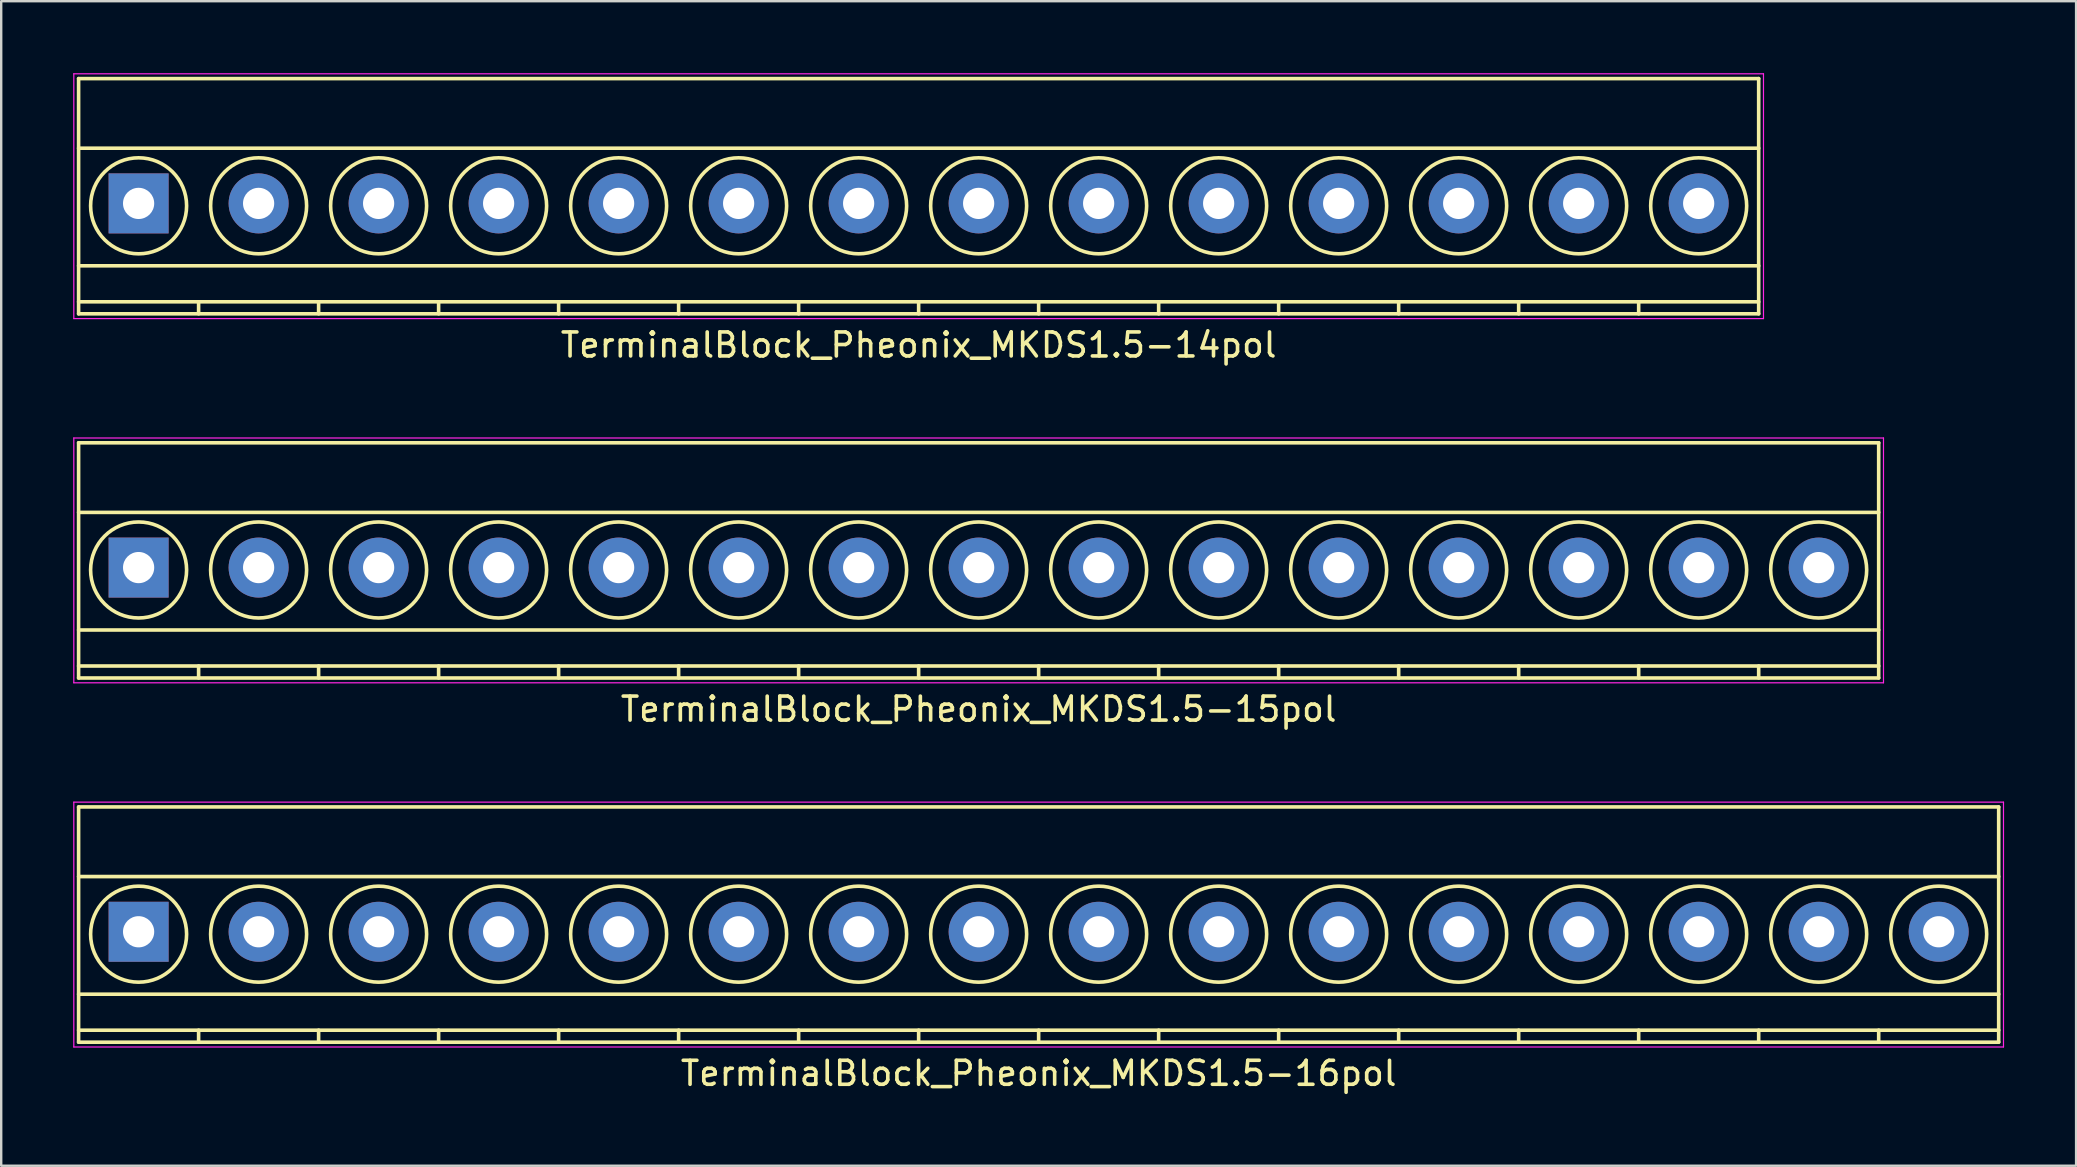
<source format=kicad_pcb>
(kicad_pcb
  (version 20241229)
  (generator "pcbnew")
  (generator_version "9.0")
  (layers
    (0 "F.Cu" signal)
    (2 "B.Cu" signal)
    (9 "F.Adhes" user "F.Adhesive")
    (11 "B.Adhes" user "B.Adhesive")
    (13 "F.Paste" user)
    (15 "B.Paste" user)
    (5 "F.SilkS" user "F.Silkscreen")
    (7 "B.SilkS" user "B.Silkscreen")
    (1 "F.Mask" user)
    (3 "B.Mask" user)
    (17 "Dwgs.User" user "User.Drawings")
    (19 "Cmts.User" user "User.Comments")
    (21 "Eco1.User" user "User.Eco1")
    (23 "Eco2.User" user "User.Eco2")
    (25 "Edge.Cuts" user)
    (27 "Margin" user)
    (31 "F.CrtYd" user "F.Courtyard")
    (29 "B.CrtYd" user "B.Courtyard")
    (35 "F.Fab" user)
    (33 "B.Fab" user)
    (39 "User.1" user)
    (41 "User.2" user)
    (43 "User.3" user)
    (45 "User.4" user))
  (footprint "TerminalBlock_Pheonix_MKDS1.5-15pol"
    (layer "F.Cu")
    (at 2.725 20.598)
    (property "Reference" "TerminalBlock_Pheonix_MKDS1.5-15pol" (at 35 5.9 0) (layer "F.SilkS") (effects (font (size 1 1) (thickness 0.15))))
    (attr through_hole)
    (fp_line (start -2.5 -5.2) (end -2.5 4.6) (stroke (width 0.15) (type solid)) (layer "F.SilkS"))
    (fp_line (start -2.5 -2.3) (end 72.5 -2.3) (stroke (width 0.15) (type solid)) (layer "F.SilkS"))
    (fp_line (start -2.5 2.6) (end 72.5 2.6) (stroke (width 0.15) (type solid)) (layer "F.SilkS"))
    (fp_line (start -2.5 4.1) (end 72.5 4.1) (stroke (width 0.15) (type solid)) (layer "F.SilkS"))
    (fp_line (start -2.5 4.6) (end 72.5 4.6) (stroke (width 0.15) (type solid)) (layer "F.SilkS"))
    (fp_line (start 2.5 4.1) (end 2.5 4.6) (stroke (width 0.15) (type solid)) (layer "F.SilkS"))
    (fp_line (start 7.5 4.1) (end 7.5 4.6) (stroke (width 0.15) (type solid)) (layer "F.SilkS"))
    (fp_line (start 12.5 4.1) (end 12.5 4.6) (stroke (width 0.15) (type solid)) (layer "F.SilkS"))
    (fp_line (start 17.5 4.1) (end 17.5 4.6) (stroke (width 0.15) (type solid)) (layer "F.SilkS"))
    (fp_line (start 22.5 4.1) (end 22.5 4.6) (stroke (width 0.15) (type solid)) (layer "F.SilkS"))
    (fp_line (start 27.5 4.1) (end 27.5 4.6) (stroke (width 0.15) (type solid)) (layer "F.SilkS"))
    (fp_line (start 32.5 4.1) (end 32.5 4.6) (stroke (width 0.15) (type solid)) (layer "F.SilkS"))
    (fp_line (start 37.5 4.1) (end 37.5 4.6) (stroke (width 0.15) (type solid)) (layer "F.SilkS"))
    (fp_line (start 42.5 4.1) (end 42.5 4.6) (stroke (width 0.15) (type solid)) (layer "F.SilkS"))
    (fp_line (start 47.5 4.1) (end 47.5 4.6) (stroke (width 0.15) (type solid)) (layer "F.SilkS"))
    (fp_line (start 52.5 4.1) (end 52.5 4.6) (stroke (width 0.15) (type solid)) (layer "F.SilkS"))
    (fp_line (start 57.5 4.1) (end 57.5 4.6) (stroke (width 0.15) (type solid)) (layer "F.SilkS"))
    (fp_line (start 62.5 4.1) (end 62.5 4.6) (stroke (width 0.15) (type solid)) (layer "F.SilkS"))
    (fp_line (start 67.5 4.1) (end 67.5 4.6) (stroke (width 0.15) (type solid)) (layer "F.SilkS"))
    (fp_line (start 72.5 -5.2) (end -2.5 -5.2) (stroke (width 0.15) (type solid)) (layer "F.SilkS"))
    (fp_line (start 72.5 4.6) (end 72.5 -5.2) (stroke (width 0.15) (type solid)) (layer "F.SilkS"))
    (fp_circle (center 0 0.1) (end 2 0.1) (stroke (width 0.15) (type solid)) (fill no) (layer "F.SilkS"))
    (fp_circle (center 5 0.1) (end 3 0.1) (stroke (width 0.15) (type solid)) (fill no) (layer "F.SilkS"))
    (fp_circle (center 10 0.1) (end 8 0.1) (stroke (width 0.15) (type solid)) (fill no) (layer "F.SilkS"))
    (fp_circle (center 15 0.1) (end 13 0.1) (stroke (width 0.15) (type solid)) (fill no) (layer "F.SilkS"))
    (fp_circle (center 20 0.1) (end 18 0.1) (stroke (width 0.15) (type solid)) (fill no) (layer "F.SilkS"))
    (fp_circle (center 25 0.1) (end 23 0.1) (stroke (width 0.15) (type solid)) (fill no) (layer "F.SilkS"))
    (fp_circle (center 30 0.1) (end 28 0.1) (stroke (width 0.15) (type solid)) (fill no) (layer "F.SilkS"))
    (fp_circle (center 35 0.1) (end 33 0.1) (stroke (width 0.15) (type solid)) (fill no) (layer "F.SilkS"))
    (fp_circle (center 40 0.1) (end 38 0.1) (stroke (width 0.15) (type solid)) (fill no) (layer "F.SilkS"))
    (fp_circle (center 45 0.1) (end 43 0.1) (stroke (width 0.15) (type solid)) (fill no) (layer "F.SilkS"))
    (fp_circle (center 50 0.1) (end 48 0.1) (stroke (width 0.15) (type solid)) (fill no) (layer "F.SilkS"))
    (fp_circle (center 55 0.1) (end 53 0.1) (stroke (width 0.15) (type solid)) (fill no) (layer "F.SilkS"))
    (fp_circle (center 60 0.1) (end 58 0.1) (stroke (width 0.15) (type solid)) (fill no) (layer "F.SilkS"))
    (fp_circle (center 65 0.1) (end 63 0.1) (stroke (width 0.15) (type solid)) (fill no) (layer "F.SilkS"))
    (fp_circle (center 70 0.1) (end 68 0.1) (stroke (width 0.15) (type solid)) (fill no) (layer "F.SilkS"))
    (fp_line (start -2.7 -5.4) (end 72.7 -5.4) (stroke (width 0.05) (type solid)) (layer "F.CrtYd"))
    (fp_line (start -2.7 4.8) (end -2.7 -5.4) (stroke (width 0.05) (type solid)) (layer "F.CrtYd"))
    (fp_line (start 72.7 -5.4) (end 72.7 4.8) (stroke (width 0.05) (type solid)) (layer "F.CrtYd"))
    (fp_line (start 72.7 4.8) (end -2.7 4.8) (stroke (width 0.05) (type solid)) (layer "F.CrtYd"))
    (pad "1" thru_hole rect (at 0 0) (size 2.5 2.5) (drill 1.3) (layers "*.Cu" "*.Mask"))
    (pad "2" thru_hole circle (at 5 0) (size 2.5 2.5) (drill 1.3) (layers "*.Cu" "*.Mask"))
    (pad "3" thru_hole circle (at 10 0) (size 2.5 2.5) (drill 1.3) (layers "*.Cu" "*.Mask"))
    (pad "4" thru_hole circle (at 15 0) (size 2.5 2.5) (drill 1.3) (layers "*.Cu" "*.Mask"))
    (pad "5" thru_hole circle (at 20 0) (size 2.5 2.5) (drill 1.3) (layers "*.Cu" "*.Mask"))
    (pad "6" thru_hole circle (at 25 0) (size 2.5 2.5) (drill 1.3) (layers "*.Cu" "*.Mask"))
    (pad "7" thru_hole circle (at 30 0) (size 2.5 2.5) (drill 1.3) (layers "*.Cu" "*.Mask"))
    (pad "8" thru_hole circle (at 35 0) (size 2.5 2.5) (drill 1.3) (layers "*.Cu" "*.Mask"))
    (pad "9" thru_hole circle (at 40 0) (size 2.5 2.5) (drill 1.3) (layers "*.Cu" "*.Mask"))
    (pad "10" thru_hole circle (at 45 0) (size 2.5 2.5) (drill 1.3) (layers "*.Cu" "*.Mask"))
    (pad "11" thru_hole circle (at 50 0) (size 2.5 2.5) (drill 1.3) (layers "*.Cu" "*.Mask"))
    (pad "12" thru_hole circle (at 55 0) (size 2.5 2.5) (drill 1.3) (layers "*.Cu" "*.Mask"))
    (pad "13" thru_hole circle (at 60 0) (size 2.5 2.5) (drill 1.3) (layers "*.Cu" "*.Mask"))
    (pad "14" thru_hole circle (at 65 0) (size 2.5 2.5) (drill 1.3) (layers "*.Cu" "*.Mask"))
    (pad "15" thru_hole circle (at 70 0) (size 2.5 2.5) (drill 1.3) (layers "*.Cu" "*.Mask")))
  (footprint "TerminalBlock_Pheonix_MKDS1.5-14pol"
    (layer "F.Cu")
    (at 2.725 5.425)
    (property "Reference" "TerminalBlock_Pheonix_MKDS1.5-14pol" (at 32.5 5.9 0) (layer "F.SilkS") (effects (font (size 1 1) (thickness 0.15))))
    (attr through_hole)
    (fp_line (start -2.5 -5.2) (end -2.5 4.6) (stroke (width 0.15) (type solid)) (layer "F.SilkS"))
    (fp_line (start -2.5 -2.3) (end 67.5 -2.3) (stroke (width 0.15) (type solid)) (layer "F.SilkS"))
    (fp_line (start -2.5 2.6) (end 67.5 2.6) (stroke (width 0.15) (type solid)) (layer "F.SilkS"))
    (fp_line (start -2.5 4.1) (end 67.5 4.1) (stroke (width 0.15) (type solid)) (layer "F.SilkS"))
    (fp_line (start -2.5 4.6) (end 67.5 4.6) (stroke (width 0.15) (type solid)) (layer "F.SilkS"))
    (fp_line (start 2.5 4.1) (end 2.5 4.6) (stroke (width 0.15) (type solid)) (layer "F.SilkS"))
    (fp_line (start 7.5 4.1) (end 7.5 4.6) (stroke (width 0.15) (type solid)) (layer "F.SilkS"))
    (fp_line (start 12.5 4.1) (end 12.5 4.6) (stroke (width 0.15) (type solid)) (layer "F.SilkS"))
    (fp_line (start 17.5 4.1) (end 17.5 4.6) (stroke (width 0.15) (type solid)) (layer "F.SilkS"))
    (fp_line (start 22.5 4.1) (end 22.5 4.6) (stroke (width 0.15) (type solid)) (layer "F.SilkS"))
    (fp_line (start 27.5 4.1) (end 27.5 4.6) (stroke (width 0.15) (type solid)) (layer "F.SilkS"))
    (fp_line (start 32.5 4.1) (end 32.5 4.6) (stroke (width 0.15) (type solid)) (layer "F.SilkS"))
    (fp_line (start 37.5 4.1) (end 37.5 4.6) (stroke (width 0.15) (type solid)) (layer "F.SilkS"))
    (fp_line (start 42.5 4.1) (end 42.5 4.6) (stroke (width 0.15) (type solid)) (layer "F.SilkS"))
    (fp_line (start 47.5 4.1) (end 47.5 4.6) (stroke (width 0.15) (type solid)) (layer "F.SilkS"))
    (fp_line (start 52.5 4.1) (end 52.5 4.6) (stroke (width 0.15) (type solid)) (layer "F.SilkS"))
    (fp_line (start 57.5 4.1) (end 57.5 4.6) (stroke (width 0.15) (type solid)) (layer "F.SilkS"))
    (fp_line (start 62.5 4.1) (end 62.5 4.6) (stroke (width 0.15) (type solid)) (layer "F.SilkS"))
    (fp_line (start 67.5 -5.2) (end -2.5 -5.2) (stroke (width 0.15) (type solid)) (layer "F.SilkS"))
    (fp_line (start 67.5 4.6) (end 67.5 -5.2) (stroke (width 0.15) (type solid)) (layer "F.SilkS"))
    (fp_circle (center 0 0.1) (end 2 0.1) (stroke (width 0.15) (type solid)) (fill no) (layer "F.SilkS"))
    (fp_circle (center 5 0.1) (end 3 0.1) (stroke (width 0.15) (type solid)) (fill no) (layer "F.SilkS"))
    (fp_circle (center 10 0.1) (end 8 0.1) (stroke (width 0.15) (type solid)) (fill no) (layer "F.SilkS"))
    (fp_circle (center 15 0.1) (end 13 0.1) (stroke (width 0.15) (type solid)) (fill no) (layer "F.SilkS"))
    (fp_circle (center 20 0.1) (end 18 0.1) (stroke (width 0.15) (type solid)) (fill no) (layer "F.SilkS"))
    (fp_circle (center 25 0.1) (end 23 0.1) (stroke (width 0.15) (type solid)) (fill no) (layer "F.SilkS"))
    (fp_circle (center 30 0.1) (end 28 0.1) (stroke (width 0.15) (type solid)) (fill no) (layer "F.SilkS"))
    (fp_circle (center 35 0.1) (end 33 0.1) (stroke (width 0.15) (type solid)) (fill no) (layer "F.SilkS"))
    (fp_circle (center 40 0.1) (end 38 0.1) (stroke (width 0.15) (type solid)) (fill no) (layer "F.SilkS"))
    (fp_circle (center 45 0.1) (end 43 0.1) (stroke (width 0.15) (type solid)) (fill no) (layer "F.SilkS"))
    (fp_circle (center 50 0.1) (end 48 0.1) (stroke (width 0.15) (type solid)) (fill no) (layer "F.SilkS"))
    (fp_circle (center 55 0.1) (end 53 0.1) (stroke (width 0.15) (type solid)) (fill no) (layer "F.SilkS"))
    (fp_circle (center 60 0.1) (end 58 0.1) (stroke (width 0.15) (type solid)) (fill no) (layer "F.SilkS"))
    (fp_circle (center 65 0.1) (end 63 0.1) (stroke (width 0.15) (type solid)) (fill no) (layer "F.SilkS"))
    (fp_line (start -2.7 -5.4) (end 67.7 -5.4) (stroke (width 0.05) (type solid)) (layer "F.CrtYd"))
    (fp_line (start -2.7 4.8) (end -2.7 -5.4) (stroke (width 0.05) (type solid)) (layer "F.CrtYd"))
    (fp_line (start 67.7 -5.4) (end 67.7 4.8) (stroke (width 0.05) (type solid)) (layer "F.CrtYd"))
    (fp_line (start 67.7 4.8) (end -2.7 4.8) (stroke (width 0.05) (type solid)) (layer "F.CrtYd"))
    (pad "1" thru_hole rect (at 0 0) (size 2.5 2.5) (drill 1.3) (layers "*.Cu" "*.Mask"))
    (pad "2" thru_hole circle (at 5 0) (size 2.5 2.5) (drill 1.3) (layers "*.Cu" "*.Mask"))
    (pad "3" thru_hole circle (at 10 0) (size 2.5 2.5) (drill 1.3) (layers "*.Cu" "*.Mask"))
    (pad "4" thru_hole circle (at 15 0) (size 2.5 2.5) (drill 1.3) (layers "*.Cu" "*.Mask"))
    (pad "5" thru_hole circle (at 20 0) (size 2.5 2.5) (drill 1.3) (layers "*.Cu" "*.Mask"))
    (pad "6" thru_hole circle (at 25 0) (size 2.5 2.5) (drill 1.3) (layers "*.Cu" "*.Mask"))
    (pad "7" thru_hole circle (at 30 0) (size 2.5 2.5) (drill 1.3) (layers "*.Cu" "*.Mask"))
    (pad "8" thru_hole circle (at 35 0) (size 2.5 2.5) (drill 1.3) (layers "*.Cu" "*.Mask"))
    (pad "9" thru_hole circle (at 40 0) (size 2.5 2.5) (drill 1.3) (layers "*.Cu" "*.Mask"))
    (pad "10" thru_hole circle (at 45 0) (size 2.5 2.5) (drill 1.3) (layers "*.Cu" "*.Mask"))
    (pad "11" thru_hole circle (at 50 0) (size 2.5 2.5) (drill 1.3) (layers "*.Cu" "*.Mask"))
    (pad "12" thru_hole circle (at 55 0) (size 2.5 2.5) (drill 1.3) (layers "*.Cu" "*.Mask"))
    (pad "13" thru_hole circle (at 60 0) (size 2.5 2.5) (drill 1.3) (layers "*.Cu" "*.Mask"))
    (pad "14" thru_hole circle (at 65 0) (size 2.5 2.5) (drill 1.3) (layers "*.Cu" "*.Mask")))
  (footprint "TerminalBlock_Pheonix_MKDS1.5-16pol"
    (layer "F.Cu")
    (at 2.725 35.772)
    (property "Reference" "TerminalBlock_Pheonix_MKDS1.5-16pol" (at 37.5 5.9 0) (layer "F.SilkS") (effects (font (size 1 1) (thickness 0.15))))
    (attr through_hole)
    (fp_line (start -2.5 -5.2) (end -2.5 4.6) (stroke (width 0.15) (type solid)) (layer "F.SilkS"))
    (fp_line (start -2.5 -2.3) (end 77.5 -2.3) (stroke (width 0.15) (type solid)) (layer "F.SilkS"))
    (fp_line (start -2.5 2.6) (end 77.5 2.6) (stroke (width 0.15) (type solid)) (layer "F.SilkS"))
    (fp_line (start -2.5 4.1) (end 77.5 4.1) (stroke (width 0.15) (type solid)) (layer "F.SilkS"))
    (fp_line (start -2.5 4.6) (end 77.5 4.6) (stroke (width 0.15) (type solid)) (layer "F.SilkS"))
    (fp_line (start 2.5 4.1) (end 2.5 4.6) (stroke (width 0.15) (type solid)) (layer "F.SilkS"))
    (fp_line (start 7.5 4.1) (end 7.5 4.6) (stroke (width 0.15) (type solid)) (layer "F.SilkS"))
    (fp_line (start 12.5 4.1) (end 12.5 4.6) (stroke (width 0.15) (type solid)) (layer "F.SilkS"))
    (fp_line (start 17.5 4.1) (end 17.5 4.6) (stroke (width 0.15) (type solid)) (layer "F.SilkS"))
    (fp_line (start 22.5 4.1) (end 22.5 4.6) (stroke (width 0.15) (type solid)) (layer "F.SilkS"))
    (fp_line (start 27.5 4.1) (end 27.5 4.6) (stroke (width 0.15) (type solid)) (layer "F.SilkS"))
    (fp_line (start 32.5 4.1) (end 32.5 4.6) (stroke (width 0.15) (type solid)) (layer "F.SilkS"))
    (fp_line (start 37.5 4.1) (end 37.5 4.6) (stroke (width 0.15) (type solid)) (layer "F.SilkS"))
    (fp_line (start 42.5 4.1) (end 42.5 4.6) (stroke (width 0.15) (type solid)) (layer "F.SilkS"))
    (fp_line (start 47.5 4.1) (end 47.5 4.6) (stroke (width 0.15) (type solid)) (layer "F.SilkS"))
    (fp_line (start 52.5 4.1) (end 52.5 4.6) (stroke (width 0.15) (type solid)) (layer "F.SilkS"))
    (fp_line (start 57.5 4.1) (end 57.5 4.6) (stroke (width 0.15) (type solid)) (layer "F.SilkS"))
    (fp_line (start 62.5 4.1) (end 62.5 4.6) (stroke (width 0.15) (type solid)) (layer "F.SilkS"))
    (fp_line (start 67.5 4.1) (end 67.5 4.6) (stroke (width 0.15) (type solid)) (layer "F.SilkS"))
    (fp_line (start 72.5 4.1) (end 72.5 4.6) (stroke (width 0.15) (type solid)) (layer "F.SilkS"))
    (fp_line (start 77.5 -5.2) (end -2.5 -5.2) (stroke (width 0.15) (type solid)) (layer "F.SilkS"))
    (fp_line (start 77.5 4.6) (end 77.5 -5.2) (stroke (width 0.15) (type solid)) (layer "F.SilkS"))
    (fp_circle (center 0 0.1) (end 2 0.1) (stroke (width 0.15) (type solid)) (fill no) (layer "F.SilkS"))
    (fp_circle (center 5 0.1) (end 3 0.1) (stroke (width 0.15) (type solid)) (fill no) (layer "F.SilkS"))
    (fp_circle (center 10 0.1) (end 8 0.1) (stroke (width 0.15) (type solid)) (fill no) (layer "F.SilkS"))
    (fp_circle (center 15 0.1) (end 13 0.1) (stroke (width 0.15) (type solid)) (fill no) (layer "F.SilkS"))
    (fp_circle (center 20 0.1) (end 18 0.1) (stroke (width 0.15) (type solid)) (fill no) (layer "F.SilkS"))
    (fp_circle (center 25 0.1) (end 23 0.1) (stroke (width 0.15) (type solid)) (fill no) (layer "F.SilkS"))
    (fp_circle (center 30 0.1) (end 28 0.1) (stroke (width 0.15) (type solid)) (fill no) (layer "F.SilkS"))
    (fp_circle (center 35 0.1) (end 33 0.1) (stroke (width 0.15) (type solid)) (fill no) (layer "F.SilkS"))
    (fp_circle (center 40 0.1) (end 38 0.1) (stroke (width 0.15) (type solid)) (fill no) (layer "F.SilkS"))
    (fp_circle (center 45 0.1) (end 43 0.1) (stroke (width 0.15) (type solid)) (fill no) (layer "F.SilkS"))
    (fp_circle (center 50 0.1) (end 48 0.1) (stroke (width 0.15) (type solid)) (fill no) (layer "F.SilkS"))
    (fp_circle (center 55 0.1) (end 53 0.1) (stroke (width 0.15) (type solid)) (fill no) (layer "F.SilkS"))
    (fp_circle (center 60 0.1) (end 58 0.1) (stroke (width 0.15) (type solid)) (fill no) (layer "F.SilkS"))
    (fp_circle (center 65 0.1) (end 63 0.1) (stroke (width 0.15) (type solid)) (fill no) (layer "F.SilkS"))
    (fp_circle (center 70 0.1) (end 68 0.1) (stroke (width 0.15) (type solid)) (fill no) (layer "F.SilkS"))
    (fp_circle (center 75 0.1) (end 73 0.1) (stroke (width 0.15) (type solid)) (fill no) (layer "F.SilkS"))
    (fp_line (start -2.7 -5.4) (end -2.7 4.8) (stroke (width 0.05) (type solid)) (layer "F.CrtYd"))
    (fp_line (start -2.7 4.8) (end 77.7 4.8) (stroke (width 0.05) (type solid)) (layer "F.CrtYd"))
    (fp_line (start 77.7 -5.4) (end -2.7 -5.4) (stroke (width 0.05) (type solid)) (layer "F.CrtYd"))
    (fp_line (start 77.7 4.8) (end 77.7 -5.4) (stroke (width 0.05) (type solid)) (layer "F.CrtYd"))
    (pad "1" thru_hole rect (at 0 0) (size 2.5 2.5) (drill 1.3) (layers "*.Cu" "*.Mask"))
    (pad "2" thru_hole circle (at 5 0) (size 2.5 2.5) (drill 1.3) (layers "*.Cu" "*.Mask"))
    (pad "3" thru_hole circle (at 10 0) (size 2.5 2.5) (drill 1.3) (layers "*.Cu" "*.Mask"))
    (pad "4" thru_hole circle (at 15 0) (size 2.5 2.5) (drill 1.3) (layers "*.Cu" "*.Mask"))
    (pad "5" thru_hole circle (at 20 0) (size 2.5 2.5) (drill 1.3) (layers "*.Cu" "*.Mask"))
    (pad "6" thru_hole circle (at 25 0) (size 2.5 2.5) (drill 1.3) (layers "*.Cu" "*.Mask"))
    (pad "7" thru_hole circle (at 30 0) (size 2.5 2.5) (drill 1.3) (layers "*.Cu" "*.Mask"))
    (pad "8" thru_hole circle (at 35 0) (size 2.5 2.5) (drill 1.3) (layers "*.Cu" "*.Mask"))
    (pad "9" thru_hole circle (at 40 0) (size 2.5 2.5) (drill 1.3) (layers "*.Cu" "*.Mask"))
    (pad "10" thru_hole circle (at 45 0) (size 2.5 2.5) (drill 1.3) (layers "*.Cu" "*.Mask"))
    (pad "11" thru_hole circle (at 50 0) (size 2.5 2.5) (drill 1.3) (layers "*.Cu" "*.Mask"))
    (pad "12" thru_hole circle (at 55 0) (size 2.5 2.5) (drill 1.3) (layers "*.Cu" "*.Mask"))
    (pad "13" thru_hole circle (at 60 0) (size 2.5 2.5) (drill 1.3) (layers "*.Cu" "*.Mask"))
    (pad "14" thru_hole circle (at 65 0) (size 2.5 2.5) (drill 1.3) (layers "*.Cu" "*.Mask"))
    (pad "15" thru_hole circle (at 70 0) (size 2.5 2.5) (drill 1.3) (layers "*.Cu" "*.Mask"))
    (pad "16" thru_hole circle (at 75 0) (size 2.5 2.5) (drill 1.3) (layers "*.Cu" "*.Mask")))
  (gr_rect
    (start -3 -3)
    (end 83.45 45.52)
    (stroke (width 0.1) (type default))
    (fill no)
    (layer "Edge.Cuts")))
</source>
